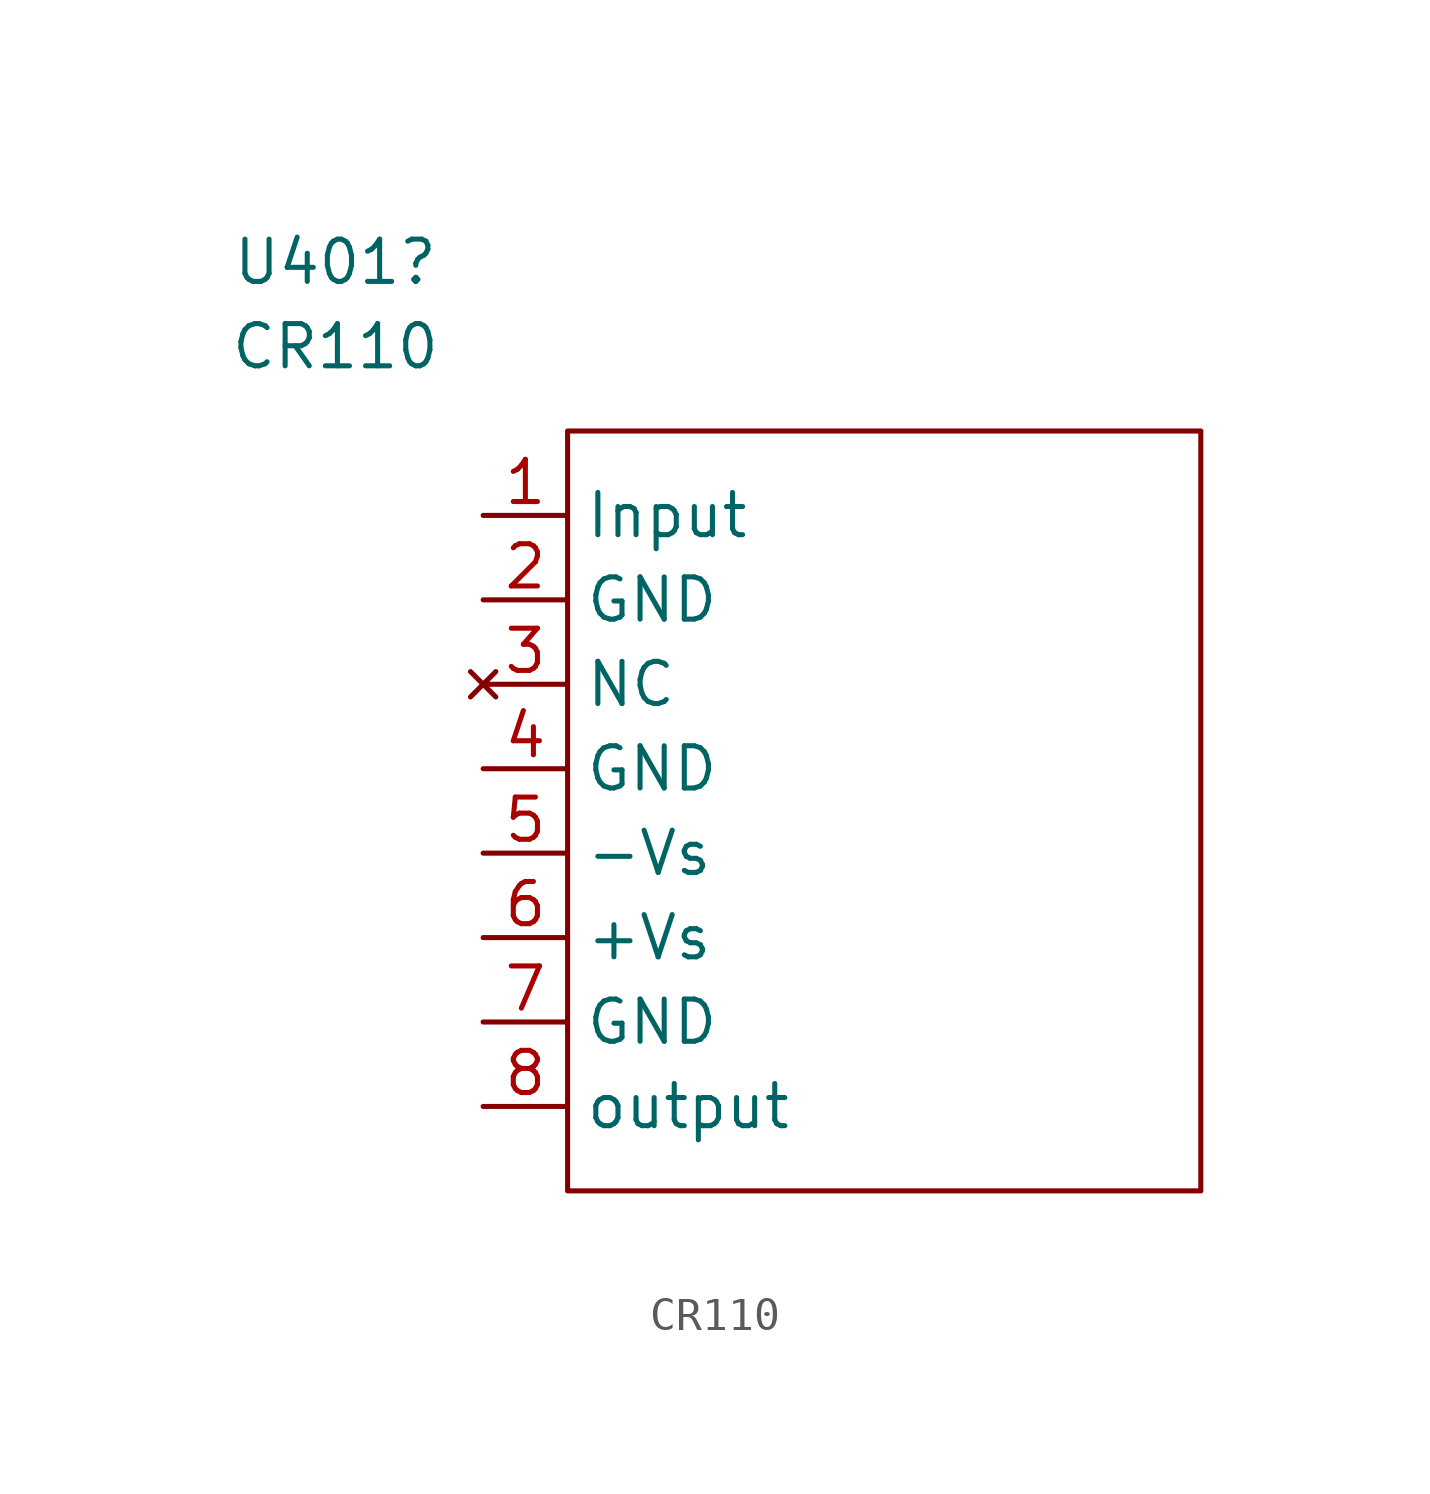
<source format=kicad_sym>
(kicad_symbol_lib
  (version 20220914)
  (generator kicad_symbol_editor)
  (symbol "CR110"
    (property "Reference" "U401"
      (at -8.255 16.51 0)
      (effects (font (size 1.27 1.27))))
    (property "Value" "CR110"
      (at -8.255 13.97 0)
      (effects (font (size 1.27 1.27))))
    (symbol "CR110_0_1"
      (rectangle (start -1.27 11.43) (end 17.78 -11.43) (stroke (width 0) (type default)) (fill (type none))))
    (symbol "CR110_1_1"
      (pin input line (at -3.81 8.89 0) (length 2.54) (name "Input" (effects (font (size 1.27 1.27)))) (number "1" (effects (font (size 1.27 1.27)))))
      (pin input line (at -3.81 6.35 0) (length 2.54) (name "GND" (effects (font (size 1.27 1.27)))) (number "2" (effects (font (size 1.27 1.27)))))
      (pin no_connect line (at -3.81 3.81 0) (length 2.54) (name "NC" (effects (font (size 1.27 1.27)))) (number "3" (effects (font (size 1.27 1.27)))))
      (pin input line (at -3.81 1.27 0) (length 2.54) (name "GND" (effects (font (size 1.27 1.27)))) (number "4" (effects (font (size 1.27 1.27)))))
      (pin input line (at -3.81 -1.27 0) (length 2.54) (name "-Vs" (effects (font (size 1.27 1.27)))) (number "5" (effects (font (size 1.27 1.27)))))
      (pin input line (at -3.81 -3.81 0) (length 2.54) (name "+Vs" (effects (font (size 1.27 1.27)))) (number "6" (effects (font (size 1.27 1.27)))))
      (pin input line (at -3.81 -6.35 0) (length 2.54) (name "GND" (effects (font (size 1.27 1.27)))) (number "7" (effects (font (size 1.27 1.27)))))
      (pin input line (at -3.81 -8.89 0) (length 2.54) (name "output" (effects (font (size 1.27 1.27)))) (number "8" (effects (font (size 1.27 1.27))))))))
</source>
